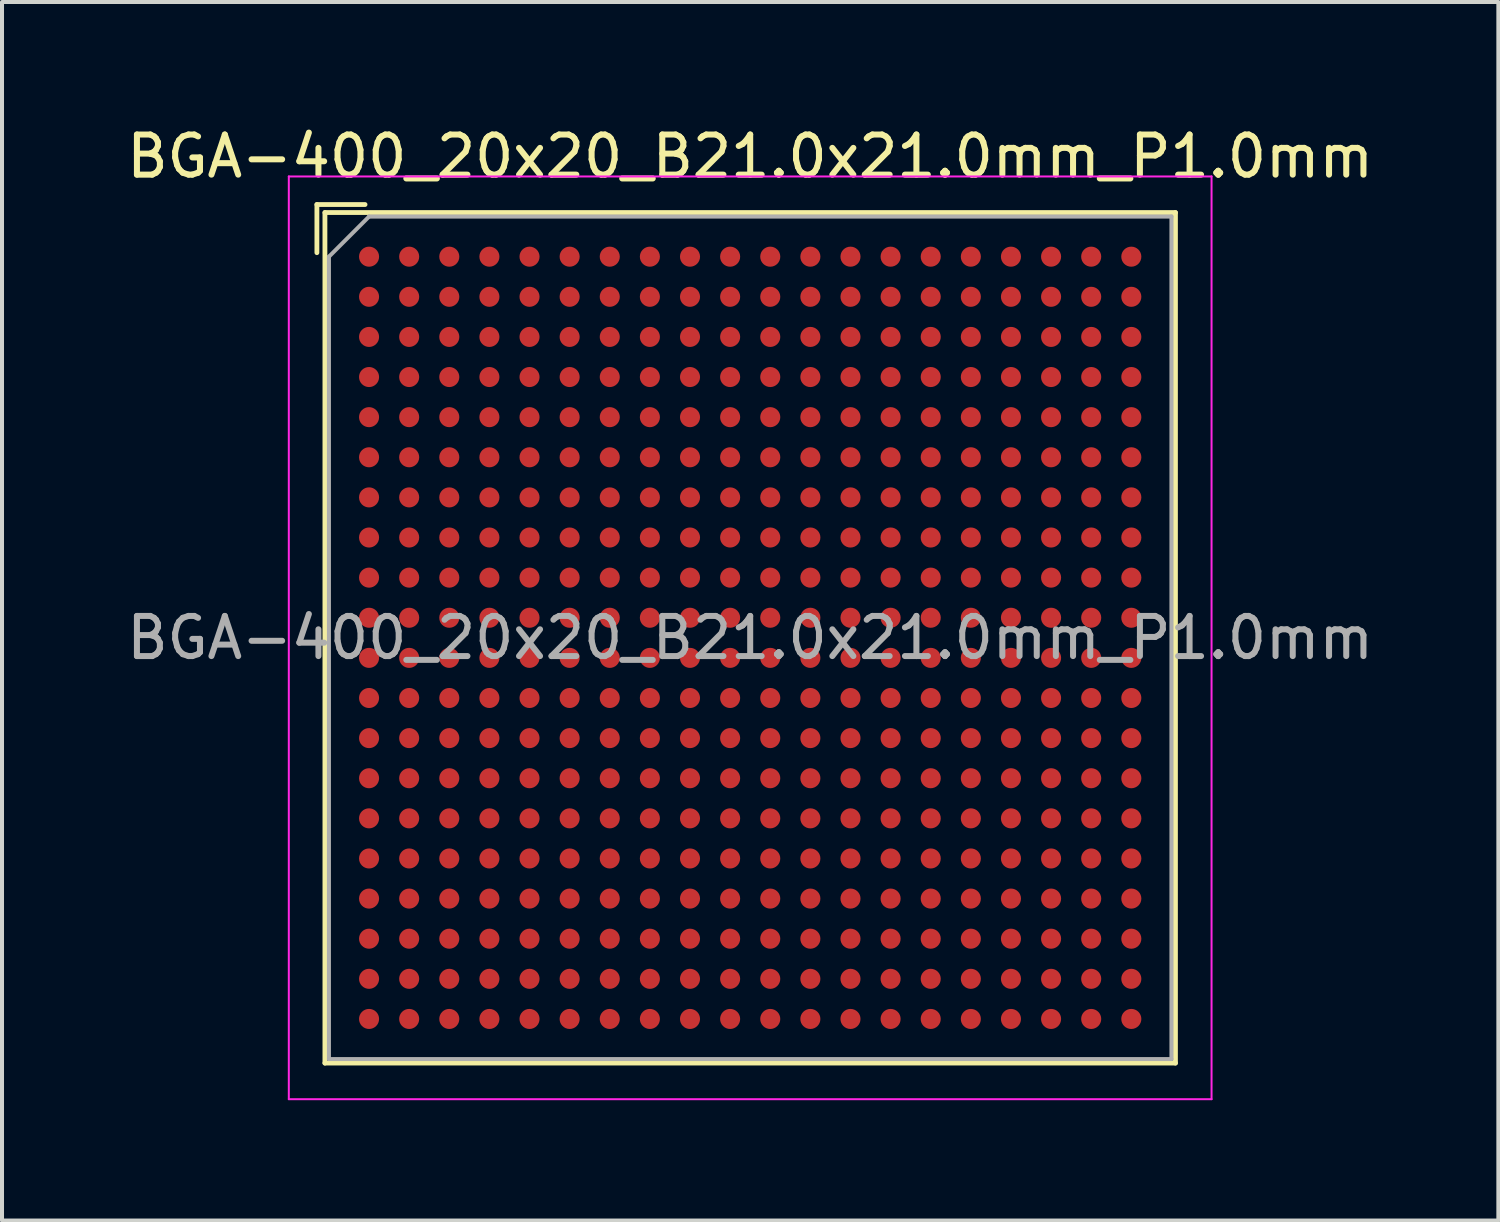
<source format=kicad_pcb>
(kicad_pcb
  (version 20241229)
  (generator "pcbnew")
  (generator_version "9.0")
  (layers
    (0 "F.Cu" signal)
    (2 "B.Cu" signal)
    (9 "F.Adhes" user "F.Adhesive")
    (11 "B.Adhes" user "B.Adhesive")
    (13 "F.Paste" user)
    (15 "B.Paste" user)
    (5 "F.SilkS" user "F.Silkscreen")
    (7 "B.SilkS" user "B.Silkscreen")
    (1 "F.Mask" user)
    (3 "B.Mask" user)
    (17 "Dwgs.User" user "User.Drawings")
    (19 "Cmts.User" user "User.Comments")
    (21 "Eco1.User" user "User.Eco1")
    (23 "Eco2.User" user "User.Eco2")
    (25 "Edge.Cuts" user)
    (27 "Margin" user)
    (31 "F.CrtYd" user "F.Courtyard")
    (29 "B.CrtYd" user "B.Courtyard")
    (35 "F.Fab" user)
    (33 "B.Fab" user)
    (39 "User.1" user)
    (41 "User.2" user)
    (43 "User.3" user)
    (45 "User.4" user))
  (footprint "BGA-400_20x20_B21.0x21.0mm_P1.0mm"
    (layer "F.Cu")
    (at 15.649 12.848)
    (property "Reference" "BGA-400_20x20_B21.0x21.0mm_P1.0mm" (at 0 -12 0) (layer "F.SilkS") (effects (font (size 1 1) (thickness 0.15))))
    (attr smd)
    (fp_line (start -10.8 -10.8) (end -9.6 -10.8) (stroke (width 0.12) (type solid)) (layer "F.SilkS"))
    (fp_line (start -10.8 -9.6) (end -10.8 -10.8) (stroke (width 0.12) (type solid)) (layer "F.SilkS"))
    (fp_line (start -10.6 -10.6) (end 10.6 -10.6) (stroke (width 0.12) (type solid)) (layer "F.SilkS"))
    (fp_line (start -10.6 10.6) (end -10.6 -10.6) (stroke (width 0.12) (type solid)) (layer "F.SilkS"))
    (fp_line (start 10.6 -10.6) (end 10.6 10.6) (stroke (width 0.12) (type solid)) (layer "F.SilkS"))
    (fp_line (start 10.6 10.6) (end -10.6 10.6) (stroke (width 0.12) (type solid)) (layer "F.SilkS"))
    (fp_line (start -11.5 -11.5) (end -11.5 11.5) (stroke (width 0.05) (type solid)) (layer "F.CrtYd"))
    (fp_line (start -11.5 -11.5) (end 11.5 -11.5) (stroke (width 0.05) (type solid)) (layer "F.CrtYd"))
    (fp_line (start 11.5 11.5) (end -11.5 11.5) (stroke (width 0.05) (type solid)) (layer "F.CrtYd"))
    (fp_line (start 11.5 11.5) (end 11.5 -11.5) (stroke (width 0.05) (type solid)) (layer "F.CrtYd"))
    (fp_line (start -10.5 -9.5) (end -9.5 -10.5) (stroke (width 0.1) (type solid)) (layer "F.Fab"))
    (fp_line (start -10.5 10.5) (end -10.5 -9.5) (stroke (width 0.1) (type solid)) (layer "F.Fab"))
    (fp_line (start -9.5 -10.5) (end 10.5 -10.5) (stroke (width 0.1) (type solid)) (layer "F.Fab"))
    (fp_line (start 10.5 -10.5) (end 10.5 10.5) (stroke (width 0.1) (type solid)) (layer "F.Fab"))
    (fp_line (start 10.5 10.5) (end -10.5 10.5) (stroke (width 0.1) (type solid)) (layer "F.Fab"))
    (fp_text user "${REFERENCE}" (at 0 0 0) (layer "F.Fab") (effects (font (size 1 1) (thickness 0.15))))
    (pad "A1" smd circle (at -9.5 -9.5) (size 0.5 0.5) (layers "F.Cu" "F.Mask" "F.Paste"))
    (pad "A2" smd circle (at -8.5 -9.5) (size 0.5 0.5) (layers "F.Cu" "F.Mask" "F.Paste"))
    (pad "A3" smd circle (at -7.5 -9.5) (size 0.5 0.5) (layers "F.Cu" "F.Mask" "F.Paste"))
    (pad "A4" smd circle (at -6.5 -9.5) (size 0.5 0.5) (layers "F.Cu" "F.Mask" "F.Paste"))
    (pad "A5" smd circle (at -5.5 -9.5) (size 0.5 0.5) (layers "F.Cu" "F.Mask" "F.Paste"))
    (pad "A6" smd circle (at -4.5 -9.5) (size 0.5 0.5) (layers "F.Cu" "F.Mask" "F.Paste"))
    (pad "A7" smd circle (at -3.5 -9.5) (size 0.5 0.5) (layers "F.Cu" "F.Mask" "F.Paste"))
    (pad "A8" smd circle (at -2.5 -9.5) (size 0.5 0.5) (layers "F.Cu" "F.Mask" "F.Paste"))
    (pad "A9" smd circle (at -1.5 -9.5) (size 0.5 0.5) (layers "F.Cu" "F.Mask" "F.Paste"))
    (pad "A10" smd circle (at -0.5 -9.5) (size 0.5 0.5) (layers "F.Cu" "F.Mask" "F.Paste"))
    (pad "A11" smd circle (at 0.5 -9.5) (size 0.5 0.5) (layers "F.Cu" "F.Mask" "F.Paste"))
    (pad "A12" smd circle (at 1.5 -9.5) (size 0.5 0.5) (layers "F.Cu" "F.Mask" "F.Paste"))
    (pad "A13" smd circle (at 2.5 -9.5) (size 0.5 0.5) (layers "F.Cu" "F.Mask" "F.Paste"))
    (pad "A14" smd circle (at 3.5 -9.5) (size 0.5 0.5) (layers "F.Cu" "F.Mask" "F.Paste"))
    (pad "A15" smd circle (at 4.5 -9.5) (size 0.5 0.5) (layers "F.Cu" "F.Mask" "F.Paste"))
    (pad "A16" smd circle (at 5.5 -9.5) (size 0.5 0.5) (layers "F.Cu" "F.Mask" "F.Paste"))
    (pad "A17" smd circle (at 6.5 -9.5) (size 0.5 0.5) (layers "F.Cu" "F.Mask" "F.Paste"))
    (pad "A18" smd circle (at 7.5 -9.5) (size 0.5 0.5) (layers "F.Cu" "F.Mask" "F.Paste"))
    (pad "A19" smd circle (at 8.5 -9.5) (size 0.5 0.5) (layers "F.Cu" "F.Mask" "F.Paste"))
    (pad "A20" smd circle (at 9.5 -9.5) (size 0.5 0.5) (layers "F.Cu" "F.Mask" "F.Paste"))
    (pad "B1" smd circle (at -9.5 -8.5) (size 0.5 0.5) (layers "F.Cu" "F.Mask" "F.Paste"))
    (pad "B2" smd circle (at -8.5 -8.5) (size 0.5 0.5) (layers "F.Cu" "F.Mask" "F.Paste"))
    (pad "B3" smd circle (at -7.5 -8.5) (size 0.5 0.5) (layers "F.Cu" "F.Mask" "F.Paste"))
    (pad "B4" smd circle (at -6.5 -8.5) (size 0.5 0.5) (layers "F.Cu" "F.Mask" "F.Paste"))
    (pad "B5" smd circle (at -5.5 -8.5) (size 0.5 0.5) (layers "F.Cu" "F.Mask" "F.Paste"))
    (pad "B6" smd circle (at -4.5 -8.5) (size 0.5 0.5) (layers "F.Cu" "F.Mask" "F.Paste"))
    (pad "B7" smd circle (at -3.5 -8.5) (size 0.5 0.5) (layers "F.Cu" "F.Mask" "F.Paste"))
    (pad "B8" smd circle (at -2.5 -8.5) (size 0.5 0.5) (layers "F.Cu" "F.Mask" "F.Paste"))
    (pad "B9" smd circle (at -1.5 -8.5) (size 0.5 0.5) (layers "F.Cu" "F.Mask" "F.Paste"))
    (pad "B10" smd circle (at -0.5 -8.5) (size 0.5 0.5) (layers "F.Cu" "F.Mask" "F.Paste"))
    (pad "B11" smd circle (at 0.5 -8.5) (size 0.5 0.5) (layers "F.Cu" "F.Mask" "F.Paste"))
    (pad "B12" smd circle (at 1.5 -8.5) (size 0.5 0.5) (layers "F.Cu" "F.Mask" "F.Paste"))
    (pad "B13" smd circle (at 2.5 -8.5) (size 0.5 0.5) (layers "F.Cu" "F.Mask" "F.Paste"))
    (pad "B14" smd circle (at 3.5 -8.5) (size 0.5 0.5) (layers "F.Cu" "F.Mask" "F.Paste"))
    (pad "B15" smd circle (at 4.5 -8.5) (size 0.5 0.5) (layers "F.Cu" "F.Mask" "F.Paste"))
    (pad "B16" smd circle (at 5.5 -8.5) (size 0.5 0.5) (layers "F.Cu" "F.Mask" "F.Paste"))
    (pad "B17" smd circle (at 6.5 -8.5) (size 0.5 0.5) (layers "F.Cu" "F.Mask" "F.Paste"))
    (pad "B18" smd circle (at 7.5 -8.5) (size 0.5 0.5) (layers "F.Cu" "F.Mask" "F.Paste"))
    (pad "B19" smd circle (at 8.5 -8.5) (size 0.5 0.5) (layers "F.Cu" "F.Mask" "F.Paste"))
    (pad "B20" smd circle (at 9.5 -8.5) (size 0.5 0.5) (layers "F.Cu" "F.Mask" "F.Paste"))
    (pad "C1" smd circle (at -9.5 -7.5) (size 0.5 0.5) (layers "F.Cu" "F.Mask" "F.Paste"))
    (pad "C2" smd circle (at -8.5 -7.5) (size 0.5 0.5) (layers "F.Cu" "F.Mask" "F.Paste"))
    (pad "C3" smd circle (at -7.5 -7.5) (size 0.5 0.5) (layers "F.Cu" "F.Mask" "F.Paste"))
    (pad "C4" smd circle (at -6.5 -7.5) (size 0.5 0.5) (layers "F.Cu" "F.Mask" "F.Paste"))
    (pad "C5" smd circle (at -5.5 -7.5) (size 0.5 0.5) (layers "F.Cu" "F.Mask" "F.Paste"))
    (pad "C6" smd circle (at -4.5 -7.5) (size 0.5 0.5) (layers "F.Cu" "F.Mask" "F.Paste"))
    (pad "C7" smd circle (at -3.5 -7.5) (size 0.5 0.5) (layers "F.Cu" "F.Mask" "F.Paste"))
    (pad "C8" smd circle (at -2.5 -7.5) (size 0.5 0.5) (layers "F.Cu" "F.Mask" "F.Paste"))
    (pad "C9" smd circle (at -1.5 -7.5) (size 0.5 0.5) (layers "F.Cu" "F.Mask" "F.Paste"))
    (pad "C10" smd circle (at -0.5 -7.5) (size 0.5 0.5) (layers "F.Cu" "F.Mask" "F.Paste"))
    (pad "C11" smd circle (at 0.5 -7.5) (size 0.5 0.5) (layers "F.Cu" "F.Mask" "F.Paste"))
    (pad "C12" smd circle (at 1.5 -7.5) (size 0.5 0.5) (layers "F.Cu" "F.Mask" "F.Paste"))
    (pad "C13" smd circle (at 2.5 -7.5) (size 0.5 0.5) (layers "F.Cu" "F.Mask" "F.Paste"))
    (pad "C14" smd circle (at 3.5 -7.5) (size 0.5 0.5) (layers "F.Cu" "F.Mask" "F.Paste"))
    (pad "C15" smd circle (at 4.5 -7.5) (size 0.5 0.5) (layers "F.Cu" "F.Mask" "F.Paste"))
    (pad "C16" smd circle (at 5.5 -7.5) (size 0.5 0.5) (layers "F.Cu" "F.Mask" "F.Paste"))
    (pad "C17" smd circle (at 6.5 -7.5) (size 0.5 0.5) (layers "F.Cu" "F.Mask" "F.Paste"))
    (pad "C18" smd circle (at 7.5 -7.5) (size 0.5 0.5) (layers "F.Cu" "F.Mask" "F.Paste"))
    (pad "C19" smd circle (at 8.5 -7.5) (size 0.5 0.5) (layers "F.Cu" "F.Mask" "F.Paste"))
    (pad "C20" smd circle (at 9.5 -7.5) (size 0.5 0.5) (layers "F.Cu" "F.Mask" "F.Paste"))
    (pad "D1" smd circle (at -9.5 -6.5) (size 0.5 0.5) (layers "F.Cu" "F.Mask" "F.Paste"))
    (pad "D2" smd circle (at -8.5 -6.5) (size 0.5 0.5) (layers "F.Cu" "F.Mask" "F.Paste"))
    (pad "D3" smd circle (at -7.5 -6.5) (size 0.5 0.5) (layers "F.Cu" "F.Mask" "F.Paste"))
    (pad "D4" smd circle (at -6.5 -6.5) (size 0.5 0.5) (layers "F.Cu" "F.Mask" "F.Paste"))
    (pad "D5" smd circle (at -5.5 -6.5) (size 0.5 0.5) (layers "F.Cu" "F.Mask" "F.Paste"))
    (pad "D6" smd circle (at -4.5 -6.5) (size 0.5 0.5) (layers "F.Cu" "F.Mask" "F.Paste"))
    (pad "D7" smd circle (at -3.5 -6.5) (size 0.5 0.5) (layers "F.Cu" "F.Mask" "F.Paste"))
    (pad "D8" smd circle (at -2.5 -6.5) (size 0.5 0.5) (layers "F.Cu" "F.Mask" "F.Paste"))
    (pad "D9" smd circle (at -1.5 -6.5) (size 0.5 0.5) (layers "F.Cu" "F.Mask" "F.Paste"))
    (pad "D10" smd circle (at -0.5 -6.5) (size 0.5 0.5) (layers "F.Cu" "F.Mask" "F.Paste"))
    (pad "D11" smd circle (at 0.5 -6.5) (size 0.5 0.5) (layers "F.Cu" "F.Mask" "F.Paste"))
    (pad "D12" smd circle (at 1.5 -6.5) (size 0.5 0.5) (layers "F.Cu" "F.Mask" "F.Paste"))
    (pad "D13" smd circle (at 2.5 -6.5) (size 0.5 0.5) (layers "F.Cu" "F.Mask" "F.Paste"))
    (pad "D14" smd circle (at 3.5 -6.5) (size 0.5 0.5) (layers "F.Cu" "F.Mask" "F.Paste"))
    (pad "D15" smd circle (at 4.5 -6.5) (size 0.5 0.5) (layers "F.Cu" "F.Mask" "F.Paste"))
    (pad "D16" smd circle (at 5.5 -6.5) (size 0.5 0.5) (layers "F.Cu" "F.Mask" "F.Paste"))
    (pad "D17" smd circle (at 6.5 -6.5) (size 0.5 0.5) (layers "F.Cu" "F.Mask" "F.Paste"))
    (pad "D18" smd circle (at 7.5 -6.5) (size 0.5 0.5) (layers "F.Cu" "F.Mask" "F.Paste"))
    (pad "D19" smd circle (at 8.5 -6.5) (size 0.5 0.5) (layers "F.Cu" "F.Mask" "F.Paste"))
    (pad "D20" smd circle (at 9.5 -6.5) (size 0.5 0.5) (layers "F.Cu" "F.Mask" "F.Paste"))
    (pad "E1" smd circle (at -9.5 -5.5) (size 0.5 0.5) (layers "F.Cu" "F.Mask" "F.Paste"))
    (pad "E2" smd circle (at -8.5 -5.5) (size 0.5 0.5) (layers "F.Cu" "F.Mask" "F.Paste"))
    (pad "E3" smd circle (at -7.5 -5.5) (size 0.5 0.5) (layers "F.Cu" "F.Mask" "F.Paste"))
    (pad "E4" smd circle (at -6.5 -5.5) (size 0.5 0.5) (layers "F.Cu" "F.Mask" "F.Paste"))
    (pad "E5" smd circle (at -5.5 -5.5) (size 0.5 0.5) (layers "F.Cu" "F.Mask" "F.Paste"))
    (pad "E6" smd circle (at -4.5 -5.5) (size 0.5 0.5) (layers "F.Cu" "F.Mask" "F.Paste"))
    (pad "E7" smd circle (at -3.5 -5.5) (size 0.5 0.5) (layers "F.Cu" "F.Mask" "F.Paste"))
    (pad "E8" smd circle (at -2.5 -5.5) (size 0.5 0.5) (layers "F.Cu" "F.Mask" "F.Paste"))
    (pad "E9" smd circle (at -1.5 -5.5) (size 0.5 0.5) (layers "F.Cu" "F.Mask" "F.Paste"))
    (pad "E10" smd circle (at -0.5 -5.5) (size 0.5 0.5) (layers "F.Cu" "F.Mask" "F.Paste"))
    (pad "E11" smd circle (at 0.5 -5.5) (size 0.5 0.5) (layers "F.Cu" "F.Mask" "F.Paste"))
    (pad "E12" smd circle (at 1.5 -5.5) (size 0.5 0.5) (layers "F.Cu" "F.Mask" "F.Paste"))
    (pad "E13" smd circle (at 2.5 -5.5) (size 0.5 0.5) (layers "F.Cu" "F.Mask" "F.Paste"))
    (pad "E14" smd circle (at 3.5 -5.5) (size 0.5 0.5) (layers "F.Cu" "F.Mask" "F.Paste"))
    (pad "E15" smd circle (at 4.5 -5.5) (size 0.5 0.5) (layers "F.Cu" "F.Mask" "F.Paste"))
    (pad "E16" smd circle (at 5.5 -5.5) (size 0.5 0.5) (layers "F.Cu" "F.Mask" "F.Paste"))
    (pad "E17" smd circle (at 6.5 -5.5) (size 0.5 0.5) (layers "F.Cu" "F.Mask" "F.Paste"))
    (pad "E18" smd circle (at 7.5 -5.5) (size 0.5 0.5) (layers "F.Cu" "F.Mask" "F.Paste"))
    (pad "E19" smd circle (at 8.5 -5.5) (size 0.5 0.5) (layers "F.Cu" "F.Mask" "F.Paste"))
    (pad "E20" smd circle (at 9.5 -5.5) (size 0.5 0.5) (layers "F.Cu" "F.Mask" "F.Paste"))
    (pad "F1" smd circle (at -9.5 -4.5) (size 0.5 0.5) (layers "F.Cu" "F.Mask" "F.Paste"))
    (pad "F2" smd circle (at -8.5 -4.5) (size 0.5 0.5) (layers "F.Cu" "F.Mask" "F.Paste"))
    (pad "F3" smd circle (at -7.5 -4.5) (size 0.5 0.5) (layers "F.Cu" "F.Mask" "F.Paste"))
    (pad "F4" smd circle (at -6.5 -4.5) (size 0.5 0.5) (layers "F.Cu" "F.Mask" "F.Paste"))
    (pad "F5" smd circle (at -5.5 -4.5) (size 0.5 0.5) (layers "F.Cu" "F.Mask" "F.Paste"))
    (pad "F6" smd circle (at -4.5 -4.5) (size 0.5 0.5) (layers "F.Cu" "F.Mask" "F.Paste"))
    (pad "F7" smd circle (at -3.5 -4.5) (size 0.5 0.5) (layers "F.Cu" "F.Mask" "F.Paste"))
    (pad "F8" smd circle (at -2.5 -4.5) (size 0.5 0.5) (layers "F.Cu" "F.Mask" "F.Paste"))
    (pad "F9" smd circle (at -1.5 -4.5) (size 0.5 0.5) (layers "F.Cu" "F.Mask" "F.Paste"))
    (pad "F10" smd circle (at -0.5 -4.5) (size 0.5 0.5) (layers "F.Cu" "F.Mask" "F.Paste"))
    (pad "F11" smd circle (at 0.5 -4.5) (size 0.5 0.5) (layers "F.Cu" "F.Mask" "F.Paste"))
    (pad "F12" smd circle (at 1.5 -4.5) (size 0.5 0.5) (layers "F.Cu" "F.Mask" "F.Paste"))
    (pad "F13" smd circle (at 2.5 -4.5) (size 0.5 0.5) (layers "F.Cu" "F.Mask" "F.Paste"))
    (pad "F14" smd circle (at 3.5 -4.5) (size 0.5 0.5) (layers "F.Cu" "F.Mask" "F.Paste"))
    (pad "F15" smd circle (at 4.5 -4.5) (size 0.5 0.5) (layers "F.Cu" "F.Mask" "F.Paste"))
    (pad "F16" smd circle (at 5.5 -4.5) (size 0.5 0.5) (layers "F.Cu" "F.Mask" "F.Paste"))
    (pad "F17" smd circle (at 6.5 -4.5) (size 0.5 0.5) (layers "F.Cu" "F.Mask" "F.Paste"))
    (pad "F18" smd circle (at 7.5 -4.5) (size 0.5 0.5) (layers "F.Cu" "F.Mask" "F.Paste"))
    (pad "F19" smd circle (at 8.5 -4.5) (size 0.5 0.5) (layers "F.Cu" "F.Mask" "F.Paste"))
    (pad "F20" smd circle (at 9.5 -4.5) (size 0.5 0.5) (layers "F.Cu" "F.Mask" "F.Paste"))
    (pad "G1" smd circle (at -9.5 -3.5) (size 0.5 0.5) (layers "F.Cu" "F.Mask" "F.Paste"))
    (pad "G2" smd circle (at -8.5 -3.5) (size 0.5 0.5) (layers "F.Cu" "F.Mask" "F.Paste"))
    (pad "G3" smd circle (at -7.5 -3.5) (size 0.5 0.5) (layers "F.Cu" "F.Mask" "F.Paste"))
    (pad "G4" smd circle (at -6.5 -3.5) (size 0.5 0.5) (layers "F.Cu" "F.Mask" "F.Paste"))
    (pad "G5" smd circle (at -5.5 -3.5) (size 0.5 0.5) (layers "F.Cu" "F.Mask" "F.Paste"))
    (pad "G6" smd circle (at -4.5 -3.5) (size 0.5 0.5) (layers "F.Cu" "F.Mask" "F.Paste"))
    (pad "G7" smd circle (at -3.5 -3.5) (size 0.5 0.5) (layers "F.Cu" "F.Mask" "F.Paste"))
    (pad "G8" smd circle (at -2.5 -3.5) (size 0.5 0.5) (layers "F.Cu" "F.Mask" "F.Paste"))
    (pad "G9" smd circle (at -1.5 -3.5) (size 0.5 0.5) (layers "F.Cu" "F.Mask" "F.Paste"))
    (pad "G10" smd circle (at -0.5 -3.5) (size 0.5 0.5) (layers "F.Cu" "F.Mask" "F.Paste"))
    (pad "G11" smd circle (at 0.5 -3.5) (size 0.5 0.5) (layers "F.Cu" "F.Mask" "F.Paste"))
    (pad "G12" smd circle (at 1.5 -3.5) (size 0.5 0.5) (layers "F.Cu" "F.Mask" "F.Paste"))
    (pad "G13" smd circle (at 2.5 -3.5) (size 0.5 0.5) (layers "F.Cu" "F.Mask" "F.Paste"))
    (pad "G14" smd circle (at 3.5 -3.5) (size 0.5 0.5) (layers "F.Cu" "F.Mask" "F.Paste"))
    (pad "G15" smd circle (at 4.5 -3.5) (size 0.5 0.5) (layers "F.Cu" "F.Mask" "F.Paste"))
    (pad "G16" smd circle (at 5.5 -3.5) (size 0.5 0.5) (layers "F.Cu" "F.Mask" "F.Paste"))
    (pad "G17" smd circle (at 6.5 -3.5) (size 0.5 0.5) (layers "F.Cu" "F.Mask" "F.Paste"))
    (pad "G18" smd circle (at 7.5 -3.5) (size 0.5 0.5) (layers "F.Cu" "F.Mask" "F.Paste"))
    (pad "G19" smd circle (at 8.5 -3.5) (size 0.5 0.5) (layers "F.Cu" "F.Mask" "F.Paste"))
    (pad "G20" smd circle (at 9.5 -3.5) (size 0.5 0.5) (layers "F.Cu" "F.Mask" "F.Paste"))
    (pad "H1" smd circle (at -9.5 -2.5) (size 0.5 0.5) (layers "F.Cu" "F.Mask" "F.Paste"))
    (pad "H2" smd circle (at -8.5 -2.5) (size 0.5 0.5) (layers "F.Cu" "F.Mask" "F.Paste"))
    (pad "H3" smd circle (at -7.5 -2.5) (size 0.5 0.5) (layers "F.Cu" "F.Mask" "F.Paste"))
    (pad "H4" smd circle (at -6.5 -2.5) (size 0.5 0.5) (layers "F.Cu" "F.Mask" "F.Paste"))
    (pad "H5" smd circle (at -5.5 -2.5) (size 0.5 0.5) (layers "F.Cu" "F.Mask" "F.Paste"))
    (pad "H6" smd circle (at -4.5 -2.5) (size 0.5 0.5) (layers "F.Cu" "F.Mask" "F.Paste"))
    (pad "H7" smd circle (at -3.5 -2.5) (size 0.5 0.5) (layers "F.Cu" "F.Mask" "F.Paste"))
    (pad "H8" smd circle (at -2.5 -2.5) (size 0.5 0.5) (layers "F.Cu" "F.Mask" "F.Paste"))
    (pad "H9" smd circle (at -1.5 -2.5) (size 0.5 0.5) (layers "F.Cu" "F.Mask" "F.Paste"))
    (pad "H10" smd circle (at -0.5 -2.5) (size 0.5 0.5) (layers "F.Cu" "F.Mask" "F.Paste"))
    (pad "H11" smd circle (at 0.5 -2.5) (size 0.5 0.5) (layers "F.Cu" "F.Mask" "F.Paste"))
    (pad "H12" smd circle (at 1.5 -2.5) (size 0.5 0.5) (layers "F.Cu" "F.Mask" "F.Paste"))
    (pad "H13" smd circle (at 2.5 -2.5) (size 0.5 0.5) (layers "F.Cu" "F.Mask" "F.Paste"))
    (pad "H14" smd circle (at 3.5 -2.5) (size 0.5 0.5) (layers "F.Cu" "F.Mask" "F.Paste"))
    (pad "H15" smd circle (at 4.5 -2.5) (size 0.5 0.5) (layers "F.Cu" "F.Mask" "F.Paste"))
    (pad "H16" smd circle (at 5.5 -2.5) (size 0.5 0.5) (layers "F.Cu" "F.Mask" "F.Paste"))
    (pad "H17" smd circle (at 6.5 -2.5) (size 0.5 0.5) (layers "F.Cu" "F.Mask" "F.Paste"))
    (pad "H18" smd circle (at 7.5 -2.5) (size 0.5 0.5) (layers "F.Cu" "F.Mask" "F.Paste"))
    (pad "H19" smd circle (at 8.5 -2.5) (size 0.5 0.5) (layers "F.Cu" "F.Mask" "F.Paste"))
    (pad "H20" smd circle (at 9.5 -2.5) (size 0.5 0.5) (layers "F.Cu" "F.Mask" "F.Paste"))
    (pad "J1" smd circle (at -9.5 -1.5) (size 0.5 0.5) (layers "F.Cu" "F.Mask" "F.Paste"))
    (pad "J2" smd circle (at -8.5 -1.5) (size 0.5 0.5) (layers "F.Cu" "F.Mask" "F.Paste"))
    (pad "J3" smd circle (at -7.5 -1.5) (size 0.5 0.5) (layers "F.Cu" "F.Mask" "F.Paste"))
    (pad "J4" smd circle (at -6.5 -1.5) (size 0.5 0.5) (layers "F.Cu" "F.Mask" "F.Paste"))
    (pad "J5" smd circle (at -5.5 -1.5) (size 0.5 0.5) (layers "F.Cu" "F.Mask" "F.Paste"))
    (pad "J6" smd circle (at -4.5 -1.5) (size 0.5 0.5) (layers "F.Cu" "F.Mask" "F.Paste"))
    (pad "J7" smd circle (at -3.5 -1.5) (size 0.5 0.5) (layers "F.Cu" "F.Mask" "F.Paste"))
    (pad "J8" smd circle (at -2.5 -1.5) (size 0.5 0.5) (layers "F.Cu" "F.Mask" "F.Paste"))
    (pad "J9" smd circle (at -1.5 -1.5) (size 0.5 0.5) (layers "F.Cu" "F.Mask" "F.Paste"))
    (pad "J10" smd circle (at -0.5 -1.5) (size 0.5 0.5) (layers "F.Cu" "F.Mask" "F.Paste"))
    (pad "J11" smd circle (at 0.5 -1.5) (size 0.5 0.5) (layers "F.Cu" "F.Mask" "F.Paste"))
    (pad "J12" smd circle (at 1.5 -1.5) (size 0.5 0.5) (layers "F.Cu" "F.Mask" "F.Paste"))
    (pad "J13" smd circle (at 2.5 -1.5) (size 0.5 0.5) (layers "F.Cu" "F.Mask" "F.Paste"))
    (pad "J14" smd circle (at 3.5 -1.5) (size 0.5 0.5) (layers "F.Cu" "F.Mask" "F.Paste"))
    (pad "J15" smd circle (at 4.5 -1.5) (size 0.5 0.5) (layers "F.Cu" "F.Mask" "F.Paste"))
    (pad "J16" smd circle (at 5.5 -1.5) (size 0.5 0.5) (layers "F.Cu" "F.Mask" "F.Paste"))
    (pad "J17" smd circle (at 6.5 -1.5) (size 0.5 0.5) (layers "F.Cu" "F.Mask" "F.Paste"))
    (pad "J18" smd circle (at 7.5 -1.5) (size 0.5 0.5) (layers "F.Cu" "F.Mask" "F.Paste"))
    (pad "J19" smd circle (at 8.5 -1.5) (size 0.5 0.5) (layers "F.Cu" "F.Mask" "F.Paste"))
    (pad "J20" smd circle (at 9.5 -1.5) (size 0.5 0.5) (layers "F.Cu" "F.Mask" "F.Paste"))
    (pad "K1" smd circle (at -9.5 -0.5) (size 0.5 0.5) (layers "F.Cu" "F.Mask" "F.Paste"))
    (pad "K2" smd circle (at -8.5 -0.5) (size 0.5 0.5) (layers "F.Cu" "F.Mask" "F.Paste"))
    (pad "K3" smd circle (at -7.5 -0.5) (size 0.5 0.5) (layers "F.Cu" "F.Mask" "F.Paste"))
    (pad "K4" smd circle (at -6.5 -0.5) (size 0.5 0.5) (layers "F.Cu" "F.Mask" "F.Paste"))
    (pad "K5" smd circle (at -5.5 -0.5) (size 0.5 0.5) (layers "F.Cu" "F.Mask" "F.Paste"))
    (pad "K6" smd circle (at -4.5 -0.5) (size 0.5 0.5) (layers "F.Cu" "F.Mask" "F.Paste"))
    (pad "K7" smd circle (at -3.5 -0.5) (size 0.5 0.5) (layers "F.Cu" "F.Mask" "F.Paste"))
    (pad "K8" smd circle (at -2.5 -0.5) (size 0.5 0.5) (layers "F.Cu" "F.Mask" "F.Paste"))
    (pad "K9" smd circle (at -1.5 -0.5) (size 0.5 0.5) (layers "F.Cu" "F.Mask" "F.Paste"))
    (pad "K10" smd circle (at -0.5 -0.5) (size 0.5 0.5) (layers "F.Cu" "F.Mask" "F.Paste"))
    (pad "K11" smd circle (at 0.5 -0.5) (size 0.5 0.5) (layers "F.Cu" "F.Mask" "F.Paste"))
    (pad "K12" smd circle (at 1.5 -0.5) (size 0.5 0.5) (layers "F.Cu" "F.Mask" "F.Paste"))
    (pad "K13" smd circle (at 2.5 -0.5) (size 0.5 0.5) (layers "F.Cu" "F.Mask" "F.Paste"))
    (pad "K14" smd circle (at 3.5 -0.5) (size 0.5 0.5) (layers "F.Cu" "F.Mask" "F.Paste"))
    (pad "K15" smd circle (at 4.5 -0.5) (size 0.5 0.5) (layers "F.Cu" "F.Mask" "F.Paste"))
    (pad "K16" smd circle (at 5.5 -0.5) (size 0.5 0.5) (layers "F.Cu" "F.Mask" "F.Paste"))
    (pad "K17" smd circle (at 6.5 -0.5) (size 0.5 0.5) (layers "F.Cu" "F.Mask" "F.Paste"))
    (pad "K18" smd circle (at 7.5 -0.5) (size 0.5 0.5) (layers "F.Cu" "F.Mask" "F.Paste"))
    (pad "K19" smd circle (at 8.5 -0.5) (size 0.5 0.5) (layers "F.Cu" "F.Mask" "F.Paste"))
    (pad "K20" smd circle (at 9.5 -0.5) (size 0.5 0.5) (layers "F.Cu" "F.Mask" "F.Paste"))
    (pad "L1" smd circle (at -9.5 0.5) (size 0.5 0.5) (layers "F.Cu" "F.Mask" "F.Paste"))
    (pad "L2" smd circle (at -8.5 0.5) (size 0.5 0.5) (layers "F.Cu" "F.Mask" "F.Paste"))
    (pad "L3" smd circle (at -7.5 0.5) (size 0.5 0.5) (layers "F.Cu" "F.Mask" "F.Paste"))
    (pad "L4" smd circle (at -6.5 0.5) (size 0.5 0.5) (layers "F.Cu" "F.Mask" "F.Paste"))
    (pad "L5" smd circle (at -5.5 0.5) (size 0.5 0.5) (layers "F.Cu" "F.Mask" "F.Paste"))
    (pad "L6" smd circle (at -4.5 0.5) (size 0.5 0.5) (layers "F.Cu" "F.Mask" "F.Paste"))
    (pad "L7" smd circle (at -3.5 0.5) (size 0.5 0.5) (layers "F.Cu" "F.Mask" "F.Paste"))
    (pad "L8" smd circle (at -2.5 0.5) (size 0.5 0.5) (layers "F.Cu" "F.Mask" "F.Paste"))
    (pad "L9" smd circle (at -1.5 0.5) (size 0.5 0.5) (layers "F.Cu" "F.Mask" "F.Paste"))
    (pad "L10" smd circle (at -0.5 0.5) (size 0.5 0.5) (layers "F.Cu" "F.Mask" "F.Paste"))
    (pad "L11" smd circle (at 0.5 0.5) (size 0.5 0.5) (layers "F.Cu" "F.Mask" "F.Paste"))
    (pad "L12" smd circle (at 1.5 0.5) (size 0.5 0.5) (layers "F.Cu" "F.Mask" "F.Paste"))
    (pad "L13" smd circle (at 2.5 0.5) (size 0.5 0.5) (layers "F.Cu" "F.Mask" "F.Paste"))
    (pad "L14" smd circle (at 3.5 0.5) (size 0.5 0.5) (layers "F.Cu" "F.Mask" "F.Paste"))
    (pad "L15" smd circle (at 4.5 0.5) (size 0.5 0.5) (layers "F.Cu" "F.Mask" "F.Paste"))
    (pad "L16" smd circle (at 5.5 0.5) (size 0.5 0.5) (layers "F.Cu" "F.Mask" "F.Paste"))
    (pad "L17" smd circle (at 6.5 0.5) (size 0.5 0.5) (layers "F.Cu" "F.Mask" "F.Paste"))
    (pad "L18" smd circle (at 7.5 0.5) (size 0.5 0.5) (layers "F.Cu" "F.Mask" "F.Paste"))
    (pad "L19" smd circle (at 8.5 0.5) (size 0.5 0.5) (layers "F.Cu" "F.Mask" "F.Paste"))
    (pad "L20" smd circle (at 9.5 0.5) (size 0.5 0.5) (layers "F.Cu" "F.Mask" "F.Paste"))
    (pad "M1" smd circle (at -9.5 1.5) (size 0.5 0.5) (layers "F.Cu" "F.Mask" "F.Paste"))
    (pad "M2" smd circle (at -8.5 1.5) (size 0.5 0.5) (layers "F.Cu" "F.Mask" "F.Paste"))
    (pad "M3" smd circle (at -7.5 1.5) (size 0.5 0.5) (layers "F.Cu" "F.Mask" "F.Paste"))
    (pad "M4" smd circle (at -6.5 1.5) (size 0.5 0.5) (layers "F.Cu" "F.Mask" "F.Paste"))
    (pad "M5" smd circle (at -5.5 1.5) (size 0.5 0.5) (layers "F.Cu" "F.Mask" "F.Paste"))
    (pad "M6" smd circle (at -4.5 1.5) (size 0.5 0.5) (layers "F.Cu" "F.Mask" "F.Paste"))
    (pad "M7" smd circle (at -3.5 1.5) (size 0.5 0.5) (layers "F.Cu" "F.Mask" "F.Paste"))
    (pad "M8" smd circle (at -2.5 1.5) (size 0.5 0.5) (layers "F.Cu" "F.Mask" "F.Paste"))
    (pad "M9" smd circle (at -1.5 1.5) (size 0.5 0.5) (layers "F.Cu" "F.Mask" "F.Paste"))
    (pad "M10" smd circle (at -0.5 1.5) (size 0.5 0.5) (layers "F.Cu" "F.Mask" "F.Paste"))
    (pad "M11" smd circle (at 0.5 1.5) (size 0.5 0.5) (layers "F.Cu" "F.Mask" "F.Paste"))
    (pad "M12" smd circle (at 1.5 1.5) (size 0.5 0.5) (layers "F.Cu" "F.Mask" "F.Paste"))
    (pad "M13" smd circle (at 2.5 1.5) (size 0.5 0.5) (layers "F.Cu" "F.Mask" "F.Paste"))
    (pad "M14" smd circle (at 3.5 1.5) (size 0.5 0.5) (layers "F.Cu" "F.Mask" "F.Paste"))
    (pad "M15" smd circle (at 4.5 1.5) (size 0.5 0.5) (layers "F.Cu" "F.Mask" "F.Paste"))
    (pad "M16" smd circle (at 5.5 1.5) (size 0.5 0.5) (layers "F.Cu" "F.Mask" "F.Paste"))
    (pad "M17" smd circle (at 6.5 1.5) (size 0.5 0.5) (layers "F.Cu" "F.Mask" "F.Paste"))
    (pad "M18" smd circle (at 7.5 1.5) (size 0.5 0.5) (layers "F.Cu" "F.Mask" "F.Paste"))
    (pad "M19" smd circle (at 8.5 1.5) (size 0.5 0.5) (layers "F.Cu" "F.Mask" "F.Paste"))
    (pad "M20" smd circle (at 9.5 1.5) (size 0.5 0.5) (layers "F.Cu" "F.Mask" "F.Paste"))
    (pad "N1" smd circle (at -9.5 2.5) (size 0.5 0.5) (layers "F.Cu" "F.Mask" "F.Paste"))
    (pad "N2" smd circle (at -8.5 2.5) (size 0.5 0.5) (layers "F.Cu" "F.Mask" "F.Paste"))
    (pad "N3" smd circle (at -7.5 2.5) (size 0.5 0.5) (layers "F.Cu" "F.Mask" "F.Paste"))
    (pad "N4" smd circle (at -6.5 2.5) (size 0.5 0.5) (layers "F.Cu" "F.Mask" "F.Paste"))
    (pad "N5" smd circle (at -5.5 2.5) (size 0.5 0.5) (layers "F.Cu" "F.Mask" "F.Paste"))
    (pad "N6" smd circle (at -4.5 2.5) (size 0.5 0.5) (layers "F.Cu" "F.Mask" "F.Paste"))
    (pad "N7" smd circle (at -3.5 2.5) (size 0.5 0.5) (layers "F.Cu" "F.Mask" "F.Paste"))
    (pad "N8" smd circle (at -2.5 2.5) (size 0.5 0.5) (layers "F.Cu" "F.Mask" "F.Paste"))
    (pad "N9" smd circle (at -1.5 2.5) (size 0.5 0.5) (layers "F.Cu" "F.Mask" "F.Paste"))
    (pad "N10" smd circle (at -0.5 2.5) (size 0.5 0.5) (layers "F.Cu" "F.Mask" "F.Paste"))
    (pad "N11" smd circle (at 0.5 2.5) (size 0.5 0.5) (layers "F.Cu" "F.Mask" "F.Paste"))
    (pad "N12" smd circle (at 1.5 2.5) (size 0.5 0.5) (layers "F.Cu" "F.Mask" "F.Paste"))
    (pad "N13" smd circle (at 2.5 2.5) (size 0.5 0.5) (layers "F.Cu" "F.Mask" "F.Paste"))
    (pad "N14" smd circle (at 3.5 2.5) (size 0.5 0.5) (layers "F.Cu" "F.Mask" "F.Paste"))
    (pad "N15" smd circle (at 4.5 2.5) (size 0.5 0.5) (layers "F.Cu" "F.Mask" "F.Paste"))
    (pad "N16" smd circle (at 5.5 2.5) (size 0.5 0.5) (layers "F.Cu" "F.Mask" "F.Paste"))
    (pad "N17" smd circle (at 6.5 2.5) (size 0.5 0.5) (layers "F.Cu" "F.Mask" "F.Paste"))
    (pad "N18" smd circle (at 7.5 2.5) (size 0.5 0.5) (layers "F.Cu" "F.Mask" "F.Paste"))
    (pad "N19" smd circle (at 8.5 2.5) (size 0.5 0.5) (layers "F.Cu" "F.Mask" "F.Paste"))
    (pad "N20" smd circle (at 9.5 2.5) (size 0.5 0.5) (layers "F.Cu" "F.Mask" "F.Paste"))
    (pad "P1" smd circle (at -9.5 3.5) (size 0.5 0.5) (layers "F.Cu" "F.Mask" "F.Paste"))
    (pad "P2" smd circle (at -8.5 3.5) (size 0.5 0.5) (layers "F.Cu" "F.Mask" "F.Paste"))
    (pad "P3" smd circle (at -7.5 3.5) (size 0.5 0.5) (layers "F.Cu" "F.Mask" "F.Paste"))
    (pad "P4" smd circle (at -6.5 3.5) (size 0.5 0.5) (layers "F.Cu" "F.Mask" "F.Paste"))
    (pad "P5" smd circle (at -5.5 3.5) (size 0.5 0.5) (layers "F.Cu" "F.Mask" "F.Paste"))
    (pad "P6" smd circle (at -4.5 3.5) (size 0.5 0.5) (layers "F.Cu" "F.Mask" "F.Paste"))
    (pad "P7" smd circle (at -3.5 3.5) (size 0.5 0.5) (layers "F.Cu" "F.Mask" "F.Paste"))
    (pad "P8" smd circle (at -2.5 3.5) (size 0.5 0.5) (layers "F.Cu" "F.Mask" "F.Paste"))
    (pad "P9" smd circle (at -1.5 3.5) (size 0.5 0.5) (layers "F.Cu" "F.Mask" "F.Paste"))
    (pad "P10" smd circle (at -0.5 3.5) (size 0.5 0.5) (layers "F.Cu" "F.Mask" "F.Paste"))
    (pad "P11" smd circle (at 0.5 3.5) (size 0.5 0.5) (layers "F.Cu" "F.Mask" "F.Paste"))
    (pad "P12" smd circle (at 1.5 3.5) (size 0.5 0.5) (layers "F.Cu" "F.Mask" "F.Paste"))
    (pad "P13" smd circle (at 2.5 3.5) (size 0.5 0.5) (layers "F.Cu" "F.Mask" "F.Paste"))
    (pad "P14" smd circle (at 3.5 3.5) (size 0.5 0.5) (layers "F.Cu" "F.Mask" "F.Paste"))
    (pad "P15" smd circle (at 4.5 3.5) (size 0.5 0.5) (layers "F.Cu" "F.Mask" "F.Paste"))
    (pad "P16" smd circle (at 5.5 3.5) (size 0.5 0.5) (layers "F.Cu" "F.Mask" "F.Paste"))
    (pad "P17" smd circle (at 6.5 3.5) (size 0.5 0.5) (layers "F.Cu" "F.Mask" "F.Paste"))
    (pad "P18" smd circle (at 7.5 3.5) (size 0.5 0.5) (layers "F.Cu" "F.Mask" "F.Paste"))
    (pad "P19" smd circle (at 8.5 3.5) (size 0.5 0.5) (layers "F.Cu" "F.Mask" "F.Paste"))
    (pad "P20" smd circle (at 9.5 3.5) (size 0.5 0.5) (layers "F.Cu" "F.Mask" "F.Paste"))
    (pad "R1" smd circle (at -9.5 4.5) (size 0.5 0.5) (layers "F.Cu" "F.Mask" "F.Paste"))
    (pad "R2" smd circle (at -8.5 4.5) (size 0.5 0.5) (layers "F.Cu" "F.Mask" "F.Paste"))
    (pad "R3" smd circle (at -7.5 4.5) (size 0.5 0.5) (layers "F.Cu" "F.Mask" "F.Paste"))
    (pad "R4" smd circle (at -6.5 4.5) (size 0.5 0.5) (layers "F.Cu" "F.Mask" "F.Paste"))
    (pad "R5" smd circle (at -5.5 4.5) (size 0.5 0.5) (layers "F.Cu" "F.Mask" "F.Paste"))
    (pad "R6" smd circle (at -4.5 4.5) (size 0.5 0.5) (layers "F.Cu" "F.Mask" "F.Paste"))
    (pad "R7" smd circle (at -3.5 4.5) (size 0.5 0.5) (layers "F.Cu" "F.Mask" "F.Paste"))
    (pad "R8" smd circle (at -2.5 4.5) (size 0.5 0.5) (layers "F.Cu" "F.Mask" "F.Paste"))
    (pad "R9" smd circle (at -1.5 4.5) (size 0.5 0.5) (layers "F.Cu" "F.Mask" "F.Paste"))
    (pad "R10" smd circle (at -0.5 4.5) (size 0.5 0.5) (layers "F.Cu" "F.Mask" "F.Paste"))
    (pad "R11" smd circle (at 0.5 4.5) (size 0.5 0.5) (layers "F.Cu" "F.Mask" "F.Paste"))
    (pad "R12" smd circle (at 1.5 4.5) (size 0.5 0.5) (layers "F.Cu" "F.Mask" "F.Paste"))
    (pad "R13" smd circle (at 2.5 4.5) (size 0.5 0.5) (layers "F.Cu" "F.Mask" "F.Paste"))
    (pad "R14" smd circle (at 3.5 4.5) (size 0.5 0.5) (layers "F.Cu" "F.Mask" "F.Paste"))
    (pad "R15" smd circle (at 4.5 4.5) (size 0.5 0.5) (layers "F.Cu" "F.Mask" "F.Paste"))
    (pad "R16" smd circle (at 5.5 4.5) (size 0.5 0.5) (layers "F.Cu" "F.Mask" "F.Paste"))
    (pad "R17" smd circle (at 6.5 4.5) (size 0.5 0.5) (layers "F.Cu" "F.Mask" "F.Paste"))
    (pad "R18" smd circle (at 7.5 4.5) (size 0.5 0.5) (layers "F.Cu" "F.Mask" "F.Paste"))
    (pad "R19" smd circle (at 8.5 4.5) (size 0.5 0.5) (layers "F.Cu" "F.Mask" "F.Paste"))
    (pad "R20" smd circle (at 9.5 4.5) (size 0.5 0.5) (layers "F.Cu" "F.Mask" "F.Paste"))
    (pad "T1" smd circle (at -9.5 5.5) (size 0.5 0.5) (layers "F.Cu" "F.Mask" "F.Paste"))
    (pad "T2" smd circle (at -8.5 5.5) (size 0.5 0.5) (layers "F.Cu" "F.Mask" "F.Paste"))
    (pad "T3" smd circle (at -7.5 5.5) (size 0.5 0.5) (layers "F.Cu" "F.Mask" "F.Paste"))
    (pad "T4" smd circle (at -6.5 5.5) (size 0.5 0.5) (layers "F.Cu" "F.Mask" "F.Paste"))
    (pad "T5" smd circle (at -5.5 5.5) (size 0.5 0.5) (layers "F.Cu" "F.Mask" "F.Paste"))
    (pad "T6" smd circle (at -4.5 5.5) (size 0.5 0.5) (layers "F.Cu" "F.Mask" "F.Paste"))
    (pad "T7" smd circle (at -3.5 5.5) (size 0.5 0.5) (layers "F.Cu" "F.Mask" "F.Paste"))
    (pad "T8" smd circle (at -2.5 5.5) (size 0.5 0.5) (layers "F.Cu" "F.Mask" "F.Paste"))
    (pad "T9" smd circle (at -1.5 5.5) (size 0.5 0.5) (layers "F.Cu" "F.Mask" "F.Paste"))
    (pad "T10" smd circle (at -0.5 5.5) (size 0.5 0.5) (layers "F.Cu" "F.Mask" "F.Paste"))
    (pad "T11" smd circle (at 0.5 5.5) (size 0.5 0.5) (layers "F.Cu" "F.Mask" "F.Paste"))
    (pad "T12" smd circle (at 1.5 5.5) (size 0.5 0.5) (layers "F.Cu" "F.Mask" "F.Paste"))
    (pad "T13" smd circle (at 2.5 5.5) (size 0.5 0.5) (layers "F.Cu" "F.Mask" "F.Paste"))
    (pad "T14" smd circle (at 3.5 5.5) (size 0.5 0.5) (layers "F.Cu" "F.Mask" "F.Paste"))
    (pad "T15" smd circle (at 4.5 5.5) (size 0.5 0.5) (layers "F.Cu" "F.Mask" "F.Paste"))
    (pad "T16" smd circle (at 5.5 5.5) (size 0.5 0.5) (layers "F.Cu" "F.Mask" "F.Paste"))
    (pad "T17" smd circle (at 6.5 5.5) (size 0.5 0.5) (layers "F.Cu" "F.Mask" "F.Paste"))
    (pad "T18" smd circle (at 7.5 5.5) (size 0.5 0.5) (layers "F.Cu" "F.Mask" "F.Paste"))
    (pad "T19" smd circle (at 8.5 5.5) (size 0.5 0.5) (layers "F.Cu" "F.Mask" "F.Paste"))
    (pad "T20" smd circle (at 9.5 5.5) (size 0.5 0.5) (layers "F.Cu" "F.Mask" "F.Paste"))
    (pad "U1" smd circle (at -9.5 6.5) (size 0.5 0.5) (layers "F.Cu" "F.Mask" "F.Paste"))
    (pad "U2" smd circle (at -8.5 6.5) (size 0.5 0.5) (layers "F.Cu" "F.Mask" "F.Paste"))
    (pad "U3" smd circle (at -7.5 6.5) (size 0.5 0.5) (layers "F.Cu" "F.Mask" "F.Paste"))
    (pad "U4" smd circle (at -6.5 6.5) (size 0.5 0.5) (layers "F.Cu" "F.Mask" "F.Paste"))
    (pad "U5" smd circle (at -5.5 6.5) (size 0.5 0.5) (layers "F.Cu" "F.Mask" "F.Paste"))
    (pad "U6" smd circle (at -4.5 6.5) (size 0.5 0.5) (layers "F.Cu" "F.Mask" "F.Paste"))
    (pad "U7" smd circle (at -3.5 6.5) (size 0.5 0.5) (layers "F.Cu" "F.Mask" "F.Paste"))
    (pad "U8" smd circle (at -2.5 6.5) (size 0.5 0.5) (layers "F.Cu" "F.Mask" "F.Paste"))
    (pad "U9" smd circle (at -1.5 6.5) (size 0.5 0.5) (layers "F.Cu" "F.Mask" "F.Paste"))
    (pad "U10" smd circle (at -0.5 6.5) (size 0.5 0.5) (layers "F.Cu" "F.Mask" "F.Paste"))
    (pad "U11" smd circle (at 0.5 6.5) (size 0.5 0.5) (layers "F.Cu" "F.Mask" "F.Paste"))
    (pad "U12" smd circle (at 1.5 6.5) (size 0.5 0.5) (layers "F.Cu" "F.Mask" "F.Paste"))
    (pad "U13" smd circle (at 2.5 6.5) (size 0.5 0.5) (layers "F.Cu" "F.Mask" "F.Paste"))
    (pad "U14" smd circle (at 3.5 6.5) (size 0.5 0.5) (layers "F.Cu" "F.Mask" "F.Paste"))
    (pad "U15" smd circle (at 4.5 6.5) (size 0.5 0.5) (layers "F.Cu" "F.Mask" "F.Paste"))
    (pad "U16" smd circle (at 5.5 6.5) (size 0.5 0.5) (layers "F.Cu" "F.Mask" "F.Paste"))
    (pad "U17" smd circle (at 6.5 6.5) (size 0.5 0.5) (layers "F.Cu" "F.Mask" "F.Paste"))
    (pad "U18" smd circle (at 7.5 6.5) (size 0.5 0.5) (layers "F.Cu" "F.Mask" "F.Paste"))
    (pad "U19" smd circle (at 8.5 6.5) (size 0.5 0.5) (layers "F.Cu" "F.Mask" "F.Paste"))
    (pad "U20" smd circle (at 9.5 6.5) (size 0.5 0.5) (layers "F.Cu" "F.Mask" "F.Paste"))
    (pad "V1" smd circle (at -9.5 7.5) (size 0.5 0.5) (layers "F.Cu" "F.Mask" "F.Paste"))
    (pad "V2" smd circle (at -8.5 7.5) (size 0.5 0.5) (layers "F.Cu" "F.Mask" "F.Paste"))
    (pad "V3" smd circle (at -7.5 7.5) (size 0.5 0.5) (layers "F.Cu" "F.Mask" "F.Paste"))
    (pad "V4" smd circle (at -6.5 7.5) (size 0.5 0.5) (layers "F.Cu" "F.Mask" "F.Paste"))
    (pad "V5" smd circle (at -5.5 7.5) (size 0.5 0.5) (layers "F.Cu" "F.Mask" "F.Paste"))
    (pad "V6" smd circle (at -4.5 7.5) (size 0.5 0.5) (layers "F.Cu" "F.Mask" "F.Paste"))
    (pad "V7" smd circle (at -3.5 7.5) (size 0.5 0.5) (layers "F.Cu" "F.Mask" "F.Paste"))
    (pad "V8" smd circle (at -2.5 7.5) (size 0.5 0.5) (layers "F.Cu" "F.Mask" "F.Paste"))
    (pad "V9" smd circle (at -1.5 7.5) (size 0.5 0.5) (layers "F.Cu" "F.Mask" "F.Paste"))
    (pad "V10" smd circle (at -0.5 7.5) (size 0.5 0.5) (layers "F.Cu" "F.Mask" "F.Paste"))
    (pad "V11" smd circle (at 0.5 7.5) (size 0.5 0.5) (layers "F.Cu" "F.Mask" "F.Paste"))
    (pad "V12" smd circle (at 1.5 7.5) (size 0.5 0.5) (layers "F.Cu" "F.Mask" "F.Paste"))
    (pad "V13" smd circle (at 2.5 7.5) (size 0.5 0.5) (layers "F.Cu" "F.Mask" "F.Paste"))
    (pad "V14" smd circle (at 3.5 7.5) (size 0.5 0.5) (layers "F.Cu" "F.Mask" "F.Paste"))
    (pad "V15" smd circle (at 4.5 7.5) (size 0.5 0.5) (layers "F.Cu" "F.Mask" "F.Paste"))
    (pad "V16" smd circle (at 5.5 7.5) (size 0.5 0.5) (layers "F.Cu" "F.Mask" "F.Paste"))
    (pad "V17" smd circle (at 6.5 7.5) (size 0.5 0.5) (layers "F.Cu" "F.Mask" "F.Paste"))
    (pad "V18" smd circle (at 7.5 7.5) (size 0.5 0.5) (layers "F.Cu" "F.Mask" "F.Paste"))
    (pad "V19" smd circle (at 8.5 7.5) (size 0.5 0.5) (layers "F.Cu" "F.Mask" "F.Paste"))
    (pad "V20" smd circle (at 9.5 7.5) (size 0.5 0.5) (layers "F.Cu" "F.Mask" "F.Paste"))
    (pad "W1" smd circle (at -9.5 8.5) (size 0.5 0.5) (layers "F.Cu" "F.Mask" "F.Paste"))
    (pad "W2" smd circle (at -8.5 8.5) (size 0.5 0.5) (layers "F.Cu" "F.Mask" "F.Paste"))
    (pad "W3" smd circle (at -7.5 8.5) (size 0.5 0.5) (layers "F.Cu" "F.Mask" "F.Paste"))
    (pad "W4" smd circle (at -6.5 8.5) (size 0.5 0.5) (layers "F.Cu" "F.Mask" "F.Paste"))
    (pad "W5" smd circle (at -5.5 8.5) (size 0.5 0.5) (layers "F.Cu" "F.Mask" "F.Paste"))
    (pad "W6" smd circle (at -4.5 8.5) (size 0.5 0.5) (layers "F.Cu" "F.Mask" "F.Paste"))
    (pad "W7" smd circle (at -3.5 8.5) (size 0.5 0.5) (layers "F.Cu" "F.Mask" "F.Paste"))
    (pad "W8" smd circle (at -2.5 8.5) (size 0.5 0.5) (layers "F.Cu" "F.Mask" "F.Paste"))
    (pad "W9" smd circle (at -1.5 8.5) (size 0.5 0.5) (layers "F.Cu" "F.Mask" "F.Paste"))
    (pad "W10" smd circle (at -0.5 8.5) (size 0.5 0.5) (layers "F.Cu" "F.Mask" "F.Paste"))
    (pad "W11" smd circle (at 0.5 8.5) (size 0.5 0.5) (layers "F.Cu" "F.Mask" "F.Paste"))
    (pad "W12" smd circle (at 1.5 8.5) (size 0.5 0.5) (layers "F.Cu" "F.Mask" "F.Paste"))
    (pad "W13" smd circle (at 2.5 8.5) (size 0.5 0.5) (layers "F.Cu" "F.Mask" "F.Paste"))
    (pad "W14" smd circle (at 3.5 8.5) (size 0.5 0.5) (layers "F.Cu" "F.Mask" "F.Paste"))
    (pad "W15" smd circle (at 4.5 8.5) (size 0.5 0.5) (layers "F.Cu" "F.Mask" "F.Paste"))
    (pad "W16" smd circle (at 5.5 8.5) (size 0.5 0.5) (layers "F.Cu" "F.Mask" "F.Paste"))
    (pad "W17" smd circle (at 6.5 8.5) (size 0.5 0.5) (layers "F.Cu" "F.Mask" "F.Paste"))
    (pad "W18" smd circle (at 7.5 8.5) (size 0.5 0.5) (layers "F.Cu" "F.Mask" "F.Paste"))
    (pad "W19" smd circle (at 8.5 8.5) (size 0.5 0.5) (layers "F.Cu" "F.Mask" "F.Paste"))
    (pad "W20" smd circle (at 9.5 8.5) (size 0.5 0.5) (layers "F.Cu" "F.Mask" "F.Paste"))
    (pad "Y1" smd circle (at -9.5 9.5) (size 0.5 0.5) (layers "F.Cu" "F.Mask" "F.Paste"))
    (pad "Y2" smd circle (at -8.5 9.5) (size 0.5 0.5) (layers "F.Cu" "F.Mask" "F.Paste"))
    (pad "Y3" smd circle (at -7.5 9.5) (size 0.5 0.5) (layers "F.Cu" "F.Mask" "F.Paste"))
    (pad "Y4" smd circle (at -6.5 9.5) (size 0.5 0.5) (layers "F.Cu" "F.Mask" "F.Paste"))
    (pad "Y5" smd circle (at -5.5 9.5) (size 0.5 0.5) (layers "F.Cu" "F.Mask" "F.Paste"))
    (pad "Y6" smd circle (at -4.5 9.5) (size 0.5 0.5) (layers "F.Cu" "F.Mask" "F.Paste"))
    (pad "Y7" smd circle (at -3.5 9.5) (size 0.5 0.5) (layers "F.Cu" "F.Mask" "F.Paste"))
    (pad "Y8" smd circle (at -2.5 9.5) (size 0.5 0.5) (layers "F.Cu" "F.Mask" "F.Paste"))
    (pad "Y9" smd circle (at -1.5 9.5) (size 0.5 0.5) (layers "F.Cu" "F.Mask" "F.Paste"))
    (pad "Y10" smd circle (at -0.5 9.5) (size 0.5 0.5) (layers "F.Cu" "F.Mask" "F.Paste"))
    (pad "Y11" smd circle (at 0.5 9.5) (size 0.5 0.5) (layers "F.Cu" "F.Mask" "F.Paste"))
    (pad "Y12" smd circle (at 1.5 9.5) (size 0.5 0.5) (layers "F.Cu" "F.Mask" "F.Paste"))
    (pad "Y13" smd circle (at 2.5 9.5) (size 0.5 0.5) (layers "F.Cu" "F.Mask" "F.Paste"))
    (pad "Y14" smd circle (at 3.5 9.5) (size 0.5 0.5) (layers "F.Cu" "F.Mask" "F.Paste"))
    (pad "Y15" smd circle (at 4.5 9.5) (size 0.5 0.5) (layers "F.Cu" "F.Mask" "F.Paste"))
    (pad "Y16" smd circle (at 5.5 9.5) (size 0.5 0.5) (layers "F.Cu" "F.Mask" "F.Paste"))
    (pad "Y17" smd circle (at 6.5 9.5) (size 0.5 0.5) (layers "F.Cu" "F.Mask" "F.Paste"))
    (pad "Y18" smd circle (at 7.5 9.5) (size 0.5 0.5) (layers "F.Cu" "F.Mask" "F.Paste"))
    (pad "Y19" smd circle (at 8.5 9.5) (size 0.5 0.5) (layers "F.Cu" "F.Mask" "F.Paste"))
    (pad "Y20" smd circle (at 9.5 9.5) (size 0.5 0.5) (layers "F.Cu" "F.Mask" "F.Paste")))
  (gr_rect
    (start -3 -3)
    (end 34.298 27.373)
    (stroke (width 0.1) (type default))
    (fill no)
    (layer "Edge.Cuts")))
</source>
